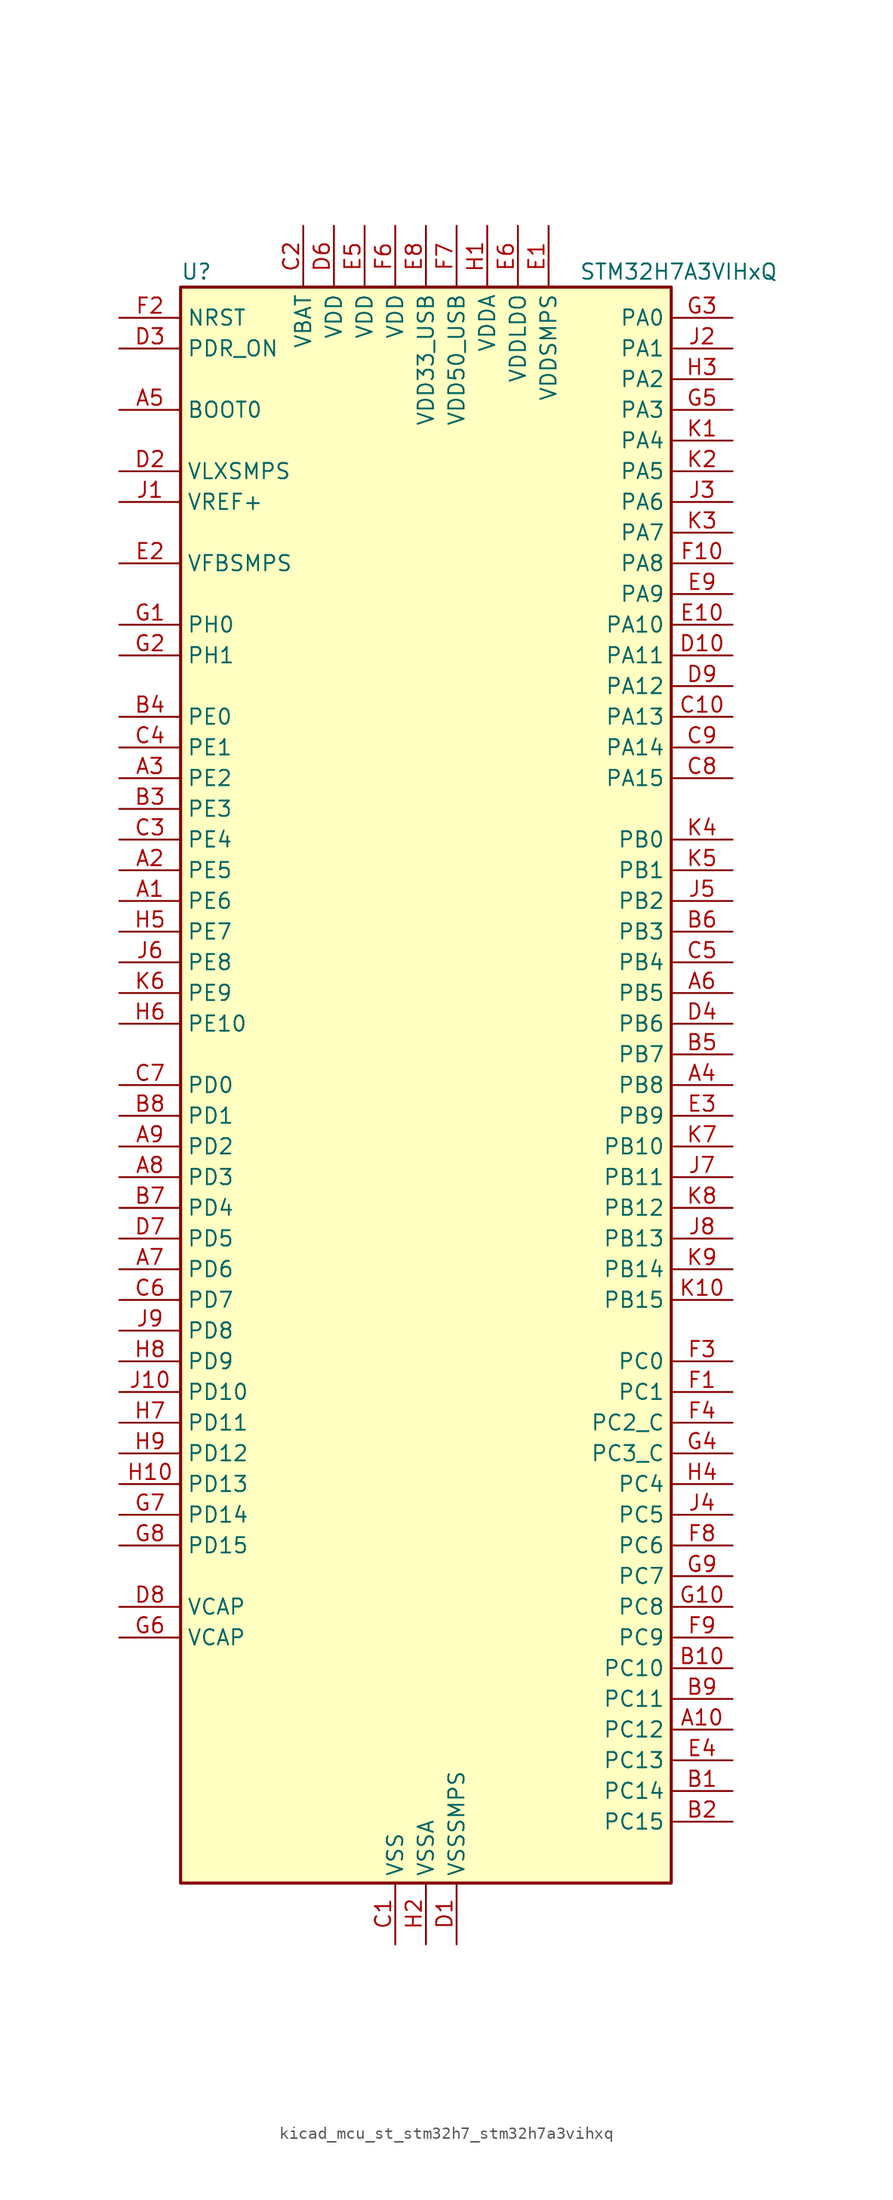
<source format=kicad_sym>
(kicad_symbol_lib
  (version 20220914)
  (generator kicad_symbol_editor)
  (symbol "kicad_mcu_st_stm32h7_stm32h7a3vihxq"
    (property "Reference" "U"
      (at -20.32 67.31 0)
      (effects (font (size 1.27 1.27)) (justify left)))
    (property "Value" "STM32H7A3VIHxQ"
      (at 12.7 67.31 0)
      (effects (font (size 1.27 1.27)) (justify left)))
    (property "ki_locked" ""
      (at 0 0 0)
      (effects (font (size 1.27 1.27))))
    (symbol "kicad_mcu_st_stm32h7_stm32h7a3vihxq_0_1"
      (rectangle (start -20.32 -66.04) (end 20.32 66.04) (stroke (width 0.254) (type default)) (fill (type background))))
    (symbol "kicad_mcu_st_stm32h7_stm32h7a3vihxq_1_1"
      (pin bidirectional line (at -25.4 15.24 0) (length 5.08) (name "PE6" (effects (font (size 1.27 1.27)))) (number "A1" (effects (font (size 1.27 1.27)))) (alternate "DCMI_D7" bidirectional line) (alternate "DEBUG_TRACED3" bidirectional line) (alternate "FMC_A22" bidirectional line) (alternate "LTDC_G1" bidirectional line) (alternate "PSSI_D7" bidirectional line) (alternate "SAI1_D1" bidirectional line) (alternate "SAI1_SD_A" bidirectional line) (alternate "SAI2_MCLK_B" bidirectional line) (alternate "SPI4_MOSI" bidirectional line) (alternate "TIM15_CH2" bidirectional line) (alternate "TIM1_BKIN2" bidirectional line) (alternate "TIM1_BKIN2_COMP1" bidirectional line) (alternate "TIM1_BKIN2_COMP2" bidirectional line))
      (pin bidirectional line (at 25.4 -53.34 180) (length 5.08) (name "PC12" (effects (font (size 1.27 1.27)))) (number "A10" (effects (font (size 1.27 1.27)))) (alternate "DCMI_D9" bidirectional line) (alternate "DEBUG_TRACED3" bidirectional line) (alternate "DFSDM2_CKOUT" bidirectional line) (alternate "I2S3_SDO" bidirectional line) (alternate "I2S6_CK" bidirectional line) (alternate "LTDC_R6" bidirectional line) (alternate "PSSI_D9" bidirectional line) (alternate "SDMMC1_CK" bidirectional line) (alternate "SPI3_MOSI" bidirectional line) (alternate "SPI6_SCK" bidirectional line) (alternate "TIM15_CH1" bidirectional line) (alternate "UART5_TX" bidirectional line) (alternate "USART3_CK" bidirectional line))
      (pin bidirectional line (at -25.4 17.78 0) (length 5.08) (name "PE5" (effects (font (size 1.27 1.27)))) (number "A2" (effects (font (size 1.27 1.27)))) (alternate "DCMI_D6" bidirectional line) (alternate "DEBUG_TRACED2" bidirectional line) (alternate "DFSDM1_CKIN3" bidirectional line) (alternate "FMC_A21" bidirectional line) (alternate "LTDC_G0" bidirectional line) (alternate "PSSI_D6" bidirectional line) (alternate "SAI1_CK2" bidirectional line) (alternate "SAI1_SCK_A" bidirectional line) (alternate "SPI4_MISO" bidirectional line) (alternate "TIM15_CH1" bidirectional line))
      (pin bidirectional line (at -25.4 25.4 0) (length 5.08) (name "PE2" (effects (font (size 1.27 1.27)))) (number "A3" (effects (font (size 1.27 1.27)))) (alternate "DEBUG_TRACECLK" bidirectional line) (alternate "FMC_A23" bidirectional line) (alternate "OCTOSPIM_P1_IO2" bidirectional line) (alternate "SAI1_CK1" bidirectional line) (alternate "SAI1_MCLK_A" bidirectional line) (alternate "SPI4_SCK" bidirectional line) (alternate "USART10_RX" bidirectional line))
      (pin bidirectional line (at 25.4 0 180) (length 5.08) (name "PB8" (effects (font (size 1.27 1.27)))) (number "A4" (effects (font (size 1.27 1.27)))) (alternate "DCMI_D6" bidirectional line) (alternate "DFSDM1_CKIN7" bidirectional line) (alternate "FDCAN1_RX" bidirectional line) (alternate "I2C1_SCL" bidirectional line) (alternate "I2C4_SCL" bidirectional line) (alternate "LTDC_B6" bidirectional line) (alternate "PSSI_D6" bidirectional line) (alternate "SDMMC1_CKIN" bidirectional line) (alternate "SDMMC1_D4" bidirectional line) (alternate "SDMMC2_D4" bidirectional line) (alternate "TIM16_CH1" bidirectional line) (alternate "TIM4_CH3" bidirectional line) (alternate "UART4_RX" bidirectional line))
      (pin input line (at -25.4 55.88 0) (length 5.08) (name "BOOT0" (effects (font (size 1.27 1.27)))) (number "A5" (effects (font (size 1.27 1.27)))))
      (pin bidirectional line (at 25.4 7.62 180) (length 5.08) (name "PB5" (effects (font (size 1.27 1.27)))) (number "A6" (effects (font (size 1.27 1.27)))) (alternate "DCMI_D10" bidirectional line) (alternate "FDCAN2_RX" bidirectional line) (alternate "FMC_SDCKE1" bidirectional line) (alternate "I2C1_SMBA" bidirectional line) (alternate "I2C4_SMBA" bidirectional line) (alternate "I2S1_SDO" bidirectional line) (alternate "I2S3_SDO" bidirectional line) (alternate "I2S6_SDO" bidirectional line) (alternate "LTDC_B5" bidirectional line) (alternate "PSSI_D10" bidirectional line) (alternate "SPI1_MOSI" bidirectional line) (alternate "SPI3_MOSI" bidirectional line) (alternate "SPI6_MOSI" bidirectional line) (alternate "TIM17_BKIN" bidirectional line) (alternate "TIM3_CH2" bidirectional line) (alternate "UART5_RX" bidirectional line) (alternate "USB_OTG_HS_ULPI_D7" bidirectional line))
      (pin bidirectional line (at -25.4 -15.24 0) (length 5.08) (name "PD6" (effects (font (size 1.27 1.27)))) (number "A7" (effects (font (size 1.27 1.27)))) (alternate "DCMI_D10" bidirectional line) (alternate "DFSDM1_CKIN4" bidirectional line) (alternate "DFSDM1_DATIN1" bidirectional line) (alternate "FMC_NWAIT" bidirectional line) (alternate "I2S3_SDO" bidirectional line) (alternate "LTDC_B2" bidirectional line) (alternate "OCTOSPIM_P1_IO6" bidirectional line) (alternate "PSSI_D10" bidirectional line) (alternate "SAI1_D1" bidirectional line) (alternate "SAI1_SD_A" bidirectional line) (alternate "SDMMC2_CK" bidirectional line) (alternate "SPI3_MOSI" bidirectional line) (alternate "USART2_RX" bidirectional line))
      (pin bidirectional line (at -25.4 -7.62 0) (length 5.08) (name "PD3" (effects (font (size 1.27 1.27)))) (number "A8" (effects (font (size 1.27 1.27)))) (alternate "DCMI_D5" bidirectional line) (alternate "DFSDM1_CKOUT" bidirectional line) (alternate "FMC_CLK" bidirectional line) (alternate "I2S2_CK" bidirectional line) (alternate "LTDC_G7" bidirectional line) (alternate "PSSI_D5" bidirectional line) (alternate "SPI2_SCK" bidirectional line) (alternate "USART2_CTS" bidirectional line) (alternate "USART2_NSS" bidirectional line))
      (pin bidirectional line (at -25.4 -5.08 0) (length 5.08) (name "PD2" (effects (font (size 1.27 1.27)))) (number "A9" (effects (font (size 1.27 1.27)))) (alternate "DCMI_D11" bidirectional line) (alternate "DEBUG_TRACED2" bidirectional line) (alternate "LTDC_B2" bidirectional line) (alternate "LTDC_B7" bidirectional line) (alternate "PSSI_D11" bidirectional line) (alternate "SDMMC1_CMD" bidirectional line) (alternate "TIM15_BKIN" bidirectional line) (alternate "TIM3_ETR" bidirectional line) (alternate "UART5_RX" bidirectional line))
      (pin bidirectional line (at 25.4 -58.42 180) (length 5.08) (name "PC14" (effects (font (size 1.27 1.27)))) (number "B1" (effects (font (size 1.27 1.27)))) (alternate "RCC_OSC32_IN" bidirectional line))
      (pin bidirectional line (at 25.4 -48.26 180) (length 5.08) (name "PC10" (effects (font (size 1.27 1.27)))) (number "B10" (effects (font (size 1.27 1.27)))) (alternate "DCMI_D8" bidirectional line) (alternate "DFSDM1_CKIN5" bidirectional line) (alternate "DFSDM2_CKIN0" bidirectional line) (alternate "I2S3_CK" bidirectional line) (alternate "LTDC_B1" bidirectional line) (alternate "LTDC_R2" bidirectional line) (alternate "OCTOSPIM_P1_IO1" bidirectional line) (alternate "PSSI_D8" bidirectional line) (alternate "SDMMC1_D2" bidirectional line) (alternate "SPI3_SCK" bidirectional line) (alternate "SWPMI1_RX" bidirectional line) (alternate "UART4_TX" bidirectional line) (alternate "USART3_TX" bidirectional line))
      (pin bidirectional line (at 25.4 -60.96 180) (length 5.08) (name "PC15" (effects (font (size 1.27 1.27)))) (number "B2" (effects (font (size 1.27 1.27)))) (alternate "ADC1_EXTI15" bidirectional line) (alternate "ADC2_EXTI15" bidirectional line) (alternate "RCC_OSC32_OUT" bidirectional line))
      (pin bidirectional line (at -25.4 22.86 0) (length 5.08) (name "PE3" (effects (font (size 1.27 1.27)))) (number "B3" (effects (font (size 1.27 1.27)))) (alternate "DEBUG_TRACED0" bidirectional line) (alternate "FMC_A19" bidirectional line) (alternate "SAI1_SD_B" bidirectional line) (alternate "TIM15_BKIN" bidirectional line) (alternate "USART10_TX" bidirectional line))
      (pin bidirectional line (at -25.4 30.48 0) (length 5.08) (name "PE0" (effects (font (size 1.27 1.27)))) (number "B4" (effects (font (size 1.27 1.27)))) (alternate "DCMI_D2" bidirectional line) (alternate "FMC_NBL0" bidirectional line) (alternate "LPTIM1_ETR" bidirectional line) (alternate "LPTIM2_ETR" bidirectional line) (alternate "LTDC_R0" bidirectional line) (alternate "PSSI_D2" bidirectional line) (alternate "SAI2_MCLK_A" bidirectional line) (alternate "TIM4_ETR" bidirectional line) (alternate "UART8_RX" bidirectional line))
      (pin bidirectional line (at 25.4 2.54 180) (length 5.08) (name "PB7" (effects (font (size 1.27 1.27)))) (number "B5" (effects (font (size 1.27 1.27)))) (alternate "DCMI_VSYNC" bidirectional line) (alternate "DFSDM1_CKIN5" bidirectional line) (alternate "FMC_NL" bidirectional line) (alternate "I2C1_SDA" bidirectional line) (alternate "I2C4_SDA" bidirectional line) (alternate "LPUART1_RX" bidirectional line) (alternate "PSSI_RDY" bidirectional line) (alternate "PWR_PVD_IN" bidirectional line) (alternate "TIM17_CH1N" bidirectional line) (alternate "TIM4_CH2" bidirectional line) (alternate "USART1_RX" bidirectional line))
      (pin bidirectional line (at 25.4 12.7 180) (length 5.08) (name "PB3" (effects (font (size 1.27 1.27)))) (number "B6" (effects (font (size 1.27 1.27)))) (alternate "CRS_SYNC" bidirectional line) (alternate "DEBUG_JTDO-SWO" bidirectional line) (alternate "I2S1_CK" bidirectional line) (alternate "I2S3_CK" bidirectional line) (alternate "I2S6_CK" bidirectional line) (alternate "SDMMC2_D2" bidirectional line) (alternate "SPI1_SCK" bidirectional line) (alternate "SPI3_SCK" bidirectional line) (alternate "SPI6_SCK" bidirectional line) (alternate "TIM2_CH2" bidirectional line) (alternate "UART7_RX" bidirectional line))
      (pin bidirectional line (at -25.4 -10.16 0) (length 5.08) (name "PD4" (effects (font (size 1.27 1.27)))) (number "B7" (effects (font (size 1.27 1.27)))) (alternate "FMC_NOE" bidirectional line) (alternate "OCTOSPIM_P1_IO4" bidirectional line) (alternate "USART2_DE" bidirectional line) (alternate "USART2_RTS" bidirectional line))
      (pin bidirectional line (at -25.4 -2.54 0) (length 5.08) (name "PD1" (effects (font (size 1.27 1.27)))) (number "B8" (effects (font (size 1.27 1.27)))) (alternate "DFSDM1_DATIN6" bidirectional line) (alternate "FDCAN1_TX" bidirectional line) (alternate "FMC_D3" bidirectional line) (alternate "FMC_DA3" bidirectional line) (alternate "UART4_TX" bidirectional line))
      (pin bidirectional line (at 25.4 -50.8 180) (length 5.08) (name "PC11" (effects (font (size 1.27 1.27)))) (number "B9" (effects (font (size 1.27 1.27)))) (alternate "ADC1_EXTI11" bidirectional line) (alternate "ADC2_EXTI11" bidirectional line) (alternate "DCMI_D4" bidirectional line) (alternate "DFSDM1_DATIN5" bidirectional line) (alternate "DFSDM2_DATIN0" bidirectional line) (alternate "I2S3_SDI" bidirectional line) (alternate "LTDC_B4" bidirectional line) (alternate "OCTOSPIM_P1_NCS" bidirectional line) (alternate "PSSI_D4" bidirectional line) (alternate "SDMMC1_D3" bidirectional line) (alternate "SPI3_MISO" bidirectional line) (alternate "UART4_RX" bidirectional line) (alternate "USART3_RX" bidirectional line))
      (pin power_in line (at -2.54 -71.12 90) (length 5.08) (name "VSS" (effects (font (size 1.27 1.27)))) (number "C1" (effects (font (size 1.27 1.27)))))
      (pin bidirectional line (at 25.4 30.48 180) (length 5.08) (name "PA13" (effects (font (size 1.27 1.27)))) (number "C10" (effects (font (size 1.27 1.27)))) (alternate "DEBUG_JTMS-SWDIO" bidirectional line))
      (pin power_in line (at -10.16 71.12 270) (length 5.08) (name "VBAT" (effects (font (size 1.27 1.27)))) (number "C2" (effects (font (size 1.27 1.27)))))
      (pin bidirectional line (at -25.4 20.32 0) (length 5.08) (name "PE4" (effects (font (size 1.27 1.27)))) (number "C3" (effects (font (size 1.27 1.27)))) (alternate "DCMI_D4" bidirectional line) (alternate "DEBUG_TRACED1" bidirectional line) (alternate "DFSDM1_DATIN3" bidirectional line) (alternate "FMC_A20" bidirectional line) (alternate "LTDC_B0" bidirectional line) (alternate "PSSI_D4" bidirectional line) (alternate "SAI1_D2" bidirectional line) (alternate "SAI1_FS_A" bidirectional line) (alternate "SPI4_NSS" bidirectional line) (alternate "TIM15_CH1N" bidirectional line))
      (pin bidirectional line (at -25.4 27.94 0) (length 5.08) (name "PE1" (effects (font (size 1.27 1.27)))) (number "C4" (effects (font (size 1.27 1.27)))) (alternate "DCMI_D3" bidirectional line) (alternate "FMC_NBL1" bidirectional line) (alternate "LPTIM1_IN2" bidirectional line) (alternate "LTDC_R6" bidirectional line) (alternate "PSSI_D3" bidirectional line) (alternate "UART8_TX" bidirectional line))
      (pin bidirectional line (at 25.4 10.16 180) (length 5.08) (name "PB4" (effects (font (size 1.27 1.27)))) (number "C5" (effects (font (size 1.27 1.27)))) (alternate "DEBUG_JTRST" bidirectional line) (alternate "I2S1_SDI" bidirectional line) (alternate "I2S2_WS" bidirectional line) (alternate "I2S3_SDI" bidirectional line) (alternate "I2S6_SDI" bidirectional line) (alternate "SDMMC2_D3" bidirectional line) (alternate "SPI1_MISO" bidirectional line) (alternate "SPI2_NSS" bidirectional line) (alternate "SPI3_MISO" bidirectional line) (alternate "SPI6_MISO" bidirectional line) (alternate "TIM16_BKIN" bidirectional line) (alternate "TIM3_CH1" bidirectional line) (alternate "UART7_TX" bidirectional line))
      (pin bidirectional line (at -25.4 -17.78 0) (length 5.08) (name "PD7" (effects (font (size 1.27 1.27)))) (number "C6" (effects (font (size 1.27 1.27)))) (alternate "DFSDM1_CKIN1" bidirectional line) (alternate "DFSDM1_DATIN4" bidirectional line) (alternate "FMC_NE1" bidirectional line) (alternate "I2S1_SDO" bidirectional line) (alternate "OCTOSPIM_P1_IO7" bidirectional line) (alternate "SDMMC2_CMD" bidirectional line) (alternate "SPDIFRX_IN0" bidirectional line) (alternate "SPI1_MOSI" bidirectional line) (alternate "USART2_CK" bidirectional line))
      (pin bidirectional line (at -25.4 0 0) (length 5.08) (name "PD0" (effects (font (size 1.27 1.27)))) (number "C7" (effects (font (size 1.27 1.27)))) (alternate "DFSDM1_CKIN6" bidirectional line) (alternate "FDCAN1_RX" bidirectional line) (alternate "FMC_D2" bidirectional line) (alternate "FMC_DA2" bidirectional line) (alternate "LTDC_B1" bidirectional line) (alternate "UART4_RX" bidirectional line) (alternate "UART9_CTS" bidirectional line))
      (pin bidirectional line (at 25.4 25.4 180) (length 5.08) (name "PA15" (effects (font (size 1.27 1.27)))) (number "C8" (effects (font (size 1.27 1.27)))) (alternate "ADC1_EXTI15" bidirectional line) (alternate "ADC2_EXTI15" bidirectional line) (alternate "CEC" bidirectional line) (alternate "DEBUG_JTDI" bidirectional line) (alternate "I2S1_WS" bidirectional line) (alternate "I2S3_WS" bidirectional line) (alternate "I2S6_WS" bidirectional line) (alternate "LTDC_B6" bidirectional line) (alternate "LTDC_R3" bidirectional line) (alternate "SPI1_NSS" bidirectional line) (alternate "SPI3_NSS" bidirectional line) (alternate "SPI6_NSS" bidirectional line) (alternate "TIM2_CH1" bidirectional line) (alternate "TIM2_ETR" bidirectional line) (alternate "UART4_DE" bidirectional line) (alternate "UART4_RTS" bidirectional line) (alternate "UART7_TX" bidirectional line))
      (pin bidirectional line (at 25.4 27.94 180) (length 5.08) (name "PA14" (effects (font (size 1.27 1.27)))) (number "C9" (effects (font (size 1.27 1.27)))) (alternate "DEBUG_JTCK-SWCLK" bidirectional line))
      (pin power_in line (at 2.54 -71.12 90) (length 5.08) (name "VSSSMPS" (effects (font (size 1.27 1.27)))) (number "D1" (effects (font (size 1.27 1.27)))))
      (pin bidirectional line (at 25.4 35.56 180) (length 5.08) (name "PA11" (effects (font (size 1.27 1.27)))) (number "D10" (effects (font (size 1.27 1.27)))) (alternate "ADC1_EXTI11" bidirectional line) (alternate "ADC2_EXTI11" bidirectional line) (alternate "FDCAN1_RX" bidirectional line) (alternate "I2S2_WS" bidirectional line) (alternate "LPUART1_CTS" bidirectional line) (alternate "LTDC_R4" bidirectional line) (alternate "SPI2_NSS" bidirectional line) (alternate "TIM1_CH4" bidirectional line) (alternate "UART4_RX" bidirectional line) (alternate "USART1_CTS" bidirectional line) (alternate "USART1_NSS" bidirectional line) (alternate "USB_OTG_HS_DM" bidirectional line))
      (pin power_in line (at -25.4 50.8 0) (length 5.08) (name "VLXSMPS" (effects (font (size 1.27 1.27)))) (number "D2" (effects (font (size 1.27 1.27)))))
      (pin input line (at -25.4 60.96 0) (length 5.08) (name "PDR_ON" (effects (font (size 1.27 1.27)))) (number "D3" (effects (font (size 1.27 1.27)))))
      (pin bidirectional line (at 25.4 5.08 180) (length 5.08) (name "PB6" (effects (font (size 1.27 1.27)))) (number "D4" (effects (font (size 1.27 1.27)))) (alternate "CEC" bidirectional line) (alternate "DCMI_D5" bidirectional line) (alternate "DFSDM1_DATIN5" bidirectional line) (alternate "FDCAN2_TX" bidirectional line) (alternate "FMC_SDNE1" bidirectional line) (alternate "I2C1_SCL" bidirectional line) (alternate "I2C4_SCL" bidirectional line) (alternate "LPUART1_TX" bidirectional line) (alternate "OCTOSPIM_P1_NCS" bidirectional line) (alternate "PSSI_D5" bidirectional line) (alternate "TIM16_CH1N" bidirectional line) (alternate "TIM4_CH1" bidirectional line) (alternate "UART5_TX" bidirectional line) (alternate "USART1_TX" bidirectional line))
      (pin passive line (at -2.54 -71.12 90) (length 5.08) hide (name "VSS" (effects (font (size 1.27 1.27)))) (number "D5" (effects (font (size 1.27 1.27)))))
      (pin power_in line (at -7.62 71.12 270) (length 5.08) (name "VDD" (effects (font (size 1.27 1.27)))) (number "D6" (effects (font (size 1.27 1.27)))))
      (pin bidirectional line (at -25.4 -12.7 0) (length 5.08) (name "PD5" (effects (font (size 1.27 1.27)))) (number "D7" (effects (font (size 1.27 1.27)))) (alternate "FMC_NWE" bidirectional line) (alternate "OCTOSPIM_P1_IO5" bidirectional line) (alternate "USART2_TX" bidirectional line))
      (pin power_out line (at -25.4 -43.18 0) (length 5.08) (name "VCAP" (effects (font (size 1.27 1.27)))) (number "D8" (effects (font (size 1.27 1.27)))))
      (pin bidirectional line (at 25.4 33.02 180) (length 5.08) (name "PA12" (effects (font (size 1.27 1.27)))) (number "D9" (effects (font (size 1.27 1.27)))) (alternate "FDCAN1_TX" bidirectional line) (alternate "I2S2_CK" bidirectional line) (alternate "LPUART1_DE" bidirectional line) (alternate "LPUART1_RTS" bidirectional line) (alternate "LTDC_R5" bidirectional line) (alternate "SAI2_FS_B" bidirectional line) (alternate "SPI2_SCK" bidirectional line) (alternate "TIM1_ETR" bidirectional line) (alternate "UART4_TX" bidirectional line) (alternate "USART1_DE" bidirectional line) (alternate "USART1_RTS" bidirectional line) (alternate "USB_OTG_HS_DP" bidirectional line))
      (pin power_in line (at 10.16 71.12 270) (length 5.08) (name "VDDSMPS" (effects (font (size 1.27 1.27)))) (number "E1" (effects (font (size 1.27 1.27)))))
      (pin bidirectional line (at 25.4 38.1 180) (length 5.08) (name "PA10" (effects (font (size 1.27 1.27)))) (number "E10" (effects (font (size 1.27 1.27)))) (alternate "DCMI_D1" bidirectional line) (alternate "LPUART1_RX" bidirectional line) (alternate "LTDC_B1" bidirectional line) (alternate "LTDC_B4" bidirectional line) (alternate "MDIOS_MDIO" bidirectional line) (alternate "PSSI_D1" bidirectional line) (alternate "TIM1_CH3" bidirectional line) (alternate "USART1_RX" bidirectional line) (alternate "USB_OTG_HS_ID" bidirectional line))
      (pin input line (at -25.4 43.18 0) (length 5.08) (name "VFBSMPS" (effects (font (size 1.27 1.27)))) (number "E2" (effects (font (size 1.27 1.27)))))
      (pin bidirectional line (at 25.4 -2.54 180) (length 5.08) (name "PB9" (effects (font (size 1.27 1.27)))) (number "E3" (effects (font (size 1.27 1.27)))) (alternate "DAC1_EXTI9" bidirectional line) (alternate "DCMI_D7" bidirectional line) (alternate "DFSDM1_DATIN7" bidirectional line) (alternate "FDCAN1_TX" bidirectional line) (alternate "I2C1_SDA" bidirectional line) (alternate "I2C4_SDA" bidirectional line) (alternate "I2C4_SMBA" bidirectional line) (alternate "I2S2_WS" bidirectional line) (alternate "LTDC_B7" bidirectional line) (alternate "PSSI_D7" bidirectional line) (alternate "SDMMC1_CDIR" bidirectional line) (alternate "SDMMC1_D5" bidirectional line) (alternate "SDMMC2_D5" bidirectional line) (alternate "SPI2_NSS" bidirectional line) (alternate "TIM17_CH1" bidirectional line) (alternate "TIM4_CH4" bidirectional line) (alternate "UART4_TX" bidirectional line))
      (pin bidirectional line (at 25.4 -55.88 180) (length 5.08) (name "PC13" (effects (font (size 1.27 1.27)))) (number "E4" (effects (font (size 1.27 1.27)))) (alternate "PWR_WKUP4" bidirectional line) (alternate "RTC_OUT_ALARM" bidirectional line) (alternate "RTC_OUT_CALIB" bidirectional line) (alternate "RTC_TAMP1" bidirectional line) (alternate "RTC_TS" bidirectional line))
      (pin power_in line (at -5.08 71.12 270) (length 5.08) (name "VDD" (effects (font (size 1.27 1.27)))) (number "E5" (effects (font (size 1.27 1.27)))))
      (pin power_in line (at 7.62 71.12 270) (length 5.08) (name "VDDLDO" (effects (font (size 1.27 1.27)))) (number "E6" (effects (font (size 1.27 1.27)))))
      (pin passive line (at -2.54 -71.12 90) (length 5.08) hide (name "VSS" (effects (font (size 1.27 1.27)))) (number "E7" (effects (font (size 1.27 1.27)))))
      (pin power_in line (at 0 71.12 270) (length 5.08) (name "VDD33_USB" (effects (font (size 1.27 1.27)))) (number "E8" (effects (font (size 1.27 1.27)))))
      (pin bidirectional line (at 25.4 40.64 180) (length 5.08) (name "PA9" (effects (font (size 1.27 1.27)))) (number "E9" (effects (font (size 1.27 1.27)))) (alternate "DAC1_EXTI9" bidirectional line) (alternate "DCMI_D0" bidirectional line) (alternate "I2C3_SMBA" bidirectional line) (alternate "I2S2_CK" bidirectional line) (alternate "LPUART1_TX" bidirectional line) (alternate "LTDC_R5" bidirectional line) (alternate "PSSI_D0" bidirectional line) (alternate "SPI2_SCK" bidirectional line) (alternate "TIM1_CH2" bidirectional line) (alternate "USART1_TX" bidirectional line) (alternate "USB_OTG_HS_VBUS" bidirectional line))
      (pin bidirectional line (at 25.4 -25.4 180) (length 5.08) (name "PC1" (effects (font (size 1.27 1.27)))) (number "F1" (effects (font (size 1.27 1.27)))) (alternate "ADC1_INN10" bidirectional line) (alternate "ADC1_INP11" bidirectional line) (alternate "ADC2_INN10" bidirectional line) (alternate "ADC2_INP11" bidirectional line) (alternate "DEBUG_TRACED0" bidirectional line) (alternate "DFSDM1_CKIN4" bidirectional line) (alternate "DFSDM1_DATIN0" bidirectional line) (alternate "I2S2_SDO" bidirectional line) (alternate "LTDC_G5" bidirectional line) (alternate "MDIOS_MDC" bidirectional line) (alternate "OCTOSPIM_P1_IO4" bidirectional line) (alternate "PWR_WKUP6" bidirectional line) (alternate "RTC_TAMP3" bidirectional line) (alternate "SAI1_D1" bidirectional line) (alternate "SAI1_SD_A" bidirectional line) (alternate "SDMMC2_CK" bidirectional line) (alternate "SPI2_MOSI" bidirectional line))
      (pin bidirectional line (at 25.4 43.18 180) (length 5.08) (name "PA8" (effects (font (size 1.27 1.27)))) (number "F10" (effects (font (size 1.27 1.27)))) (alternate "I2C3_SCL" bidirectional line) (alternate "LTDC_B3" bidirectional line) (alternate "LTDC_R6" bidirectional line) (alternate "RCC_MCO_1" bidirectional line) (alternate "TIM1_CH1" bidirectional line) (alternate "TIM8_BKIN2" bidirectional line) (alternate "TIM8_BKIN2_COMP1" bidirectional line) (alternate "TIM8_BKIN2_COMP2" bidirectional line) (alternate "UART7_RX" bidirectional line) (alternate "USART1_CK" bidirectional line) (alternate "USB_OTG_HS_SOF" bidirectional line))
      (pin input line (at -25.4 63.5 0) (length 5.08) (name "NRST" (effects (font (size 1.27 1.27)))) (number "F2" (effects (font (size 1.27 1.27)))))
      (pin bidirectional line (at 25.4 -22.86 180) (length 5.08) (name "PC0" (effects (font (size 1.27 1.27)))) (number "F3" (effects (font (size 1.27 1.27)))) (alternate "ADC1_INP10" bidirectional line) (alternate "ADC2_INP10" bidirectional line) (alternate "DFSDM1_CKIN0" bidirectional line) (alternate "DFSDM1_DATIN4" bidirectional line) (alternate "FMC_A25" bidirectional line) (alternate "FMC_SDNWE" bidirectional line) (alternate "LTDC_G2" bidirectional line) (alternate "LTDC_R5" bidirectional line) (alternate "SAI2_FS_B" bidirectional line) (alternate "USB_OTG_HS_ULPI_STP" bidirectional line))
      (pin bidirectional line (at 25.4 -27.94 180) (length 5.08) (name "PC2_C" (effects (font (size 1.27 1.27)))) (number "F4" (effects (font (size 1.27 1.27)))) (alternate "ADC2_INN1" bidirectional line) (alternate "ADC2_INP0" bidirectional line) (alternate "DFSDM1_CKIN1" bidirectional line) (alternate "DFSDM1_CKOUT" bidirectional line) (alternate "FMC_SDNE0" bidirectional line) (alternate "I2S2_SDI" bidirectional line) (alternate "OCTOSPIM_P1_IO2" bidirectional line) (alternate "OCTOSPIM_P1_IO5" bidirectional line) (alternate "PWR_CSTOP" bidirectional line) (alternate "SPI2_MISO" bidirectional line) (alternate "USB_OTG_HS_ULPI_DIR" bidirectional line))
      (pin passive line (at -2.54 -71.12 90) (length 5.08) hide (name "VSS" (effects (font (size 1.27 1.27)))) (number "F5" (effects (font (size 1.27 1.27)))))
      (pin power_in line (at -2.54 71.12 270) (length 5.08) (name "VDD" (effects (font (size 1.27 1.27)))) (number "F6" (effects (font (size 1.27 1.27)))))
      (pin power_in line (at 2.54 71.12 270) (length 5.08) (name "VDD50_USB" (effects (font (size 1.27 1.27)))) (number "F7" (effects (font (size 1.27 1.27)))))
      (pin bidirectional line (at 25.4 -38.1 180) (length 5.08) (name "PC6" (effects (font (size 1.27 1.27)))) (number "F8" (effects (font (size 1.27 1.27)))) (alternate "DCMI_D0" bidirectional line) (alternate "DFSDM1_CKIN3" bidirectional line) (alternate "FMC_NWAIT" bidirectional line) (alternate "I2S2_MCK" bidirectional line) (alternate "LTDC_HSYNC" bidirectional line) (alternate "PSSI_D0" bidirectional line) (alternate "SDMMC1_D0DIR" bidirectional line) (alternate "SDMMC1_D6" bidirectional line) (alternate "SDMMC2_D6" bidirectional line) (alternate "SWPMI1_IO" bidirectional line) (alternate "TIM3_CH1" bidirectional line) (alternate "TIM8_CH1" bidirectional line) (alternate "USART6_TX" bidirectional line))
      (pin bidirectional line (at 25.4 -45.72 180) (length 5.08) (name "PC9" (effects (font (size 1.27 1.27)))) (number "F9" (effects (font (size 1.27 1.27)))) (alternate "DAC1_EXTI9" bidirectional line) (alternate "DCMI_D3" bidirectional line) (alternate "I2C3_SDA" bidirectional line) (alternate "I2S_CKIN" bidirectional line) (alternate "LTDC_B2" bidirectional line) (alternate "LTDC_G3" bidirectional line) (alternate "OCTOSPIM_P1_IO0" bidirectional line) (alternate "PSSI_D3" bidirectional line) (alternate "RCC_MCO_2" bidirectional line) (alternate "SDMMC1_D1" bidirectional line) (alternate "SWPMI1_SUSPEND" bidirectional line) (alternate "TIM3_CH4" bidirectional line) (alternate "TIM8_CH4" bidirectional line) (alternate "UART5_CTS" bidirectional line))
      (pin bidirectional line (at -25.4 38.1 0) (length 5.08) (name "PH0" (effects (font (size 1.27 1.27)))) (number "G1" (effects (font (size 1.27 1.27)))) (alternate "RCC_OSC_IN" bidirectional line))
      (pin bidirectional line (at 25.4 -43.18 180) (length 5.08) (name "PC8" (effects (font (size 1.27 1.27)))) (number "G10" (effects (font (size 1.27 1.27)))) (alternate "DCMI_D2" bidirectional line) (alternate "DEBUG_TRACED1" bidirectional line) (alternate "FMC_INT" bidirectional line) (alternate "FMC_NCE" bidirectional line) (alternate "FMC_NE2" bidirectional line) (alternate "PSSI_D2" bidirectional line) (alternate "SDMMC1_D0" bidirectional line) (alternate "SWPMI1_RX" bidirectional line) (alternate "TIM3_CH3" bidirectional line) (alternate "TIM8_CH3" bidirectional line) (alternate "UART5_DE" bidirectional line) (alternate "UART5_RTS" bidirectional line) (alternate "USART6_CK" bidirectional line))
      (pin bidirectional line (at -25.4 35.56 0) (length 5.08) (name "PH1" (effects (font (size 1.27 1.27)))) (number "G2" (effects (font (size 1.27 1.27)))) (alternate "RCC_OSC_OUT" bidirectional line))
      (pin bidirectional line (at 25.4 63.5 180) (length 5.08) (name "PA0" (effects (font (size 1.27 1.27)))) (number "G3" (effects (font (size 1.27 1.27)))) (alternate "ADC1_INP16" bidirectional line) (alternate "I2S6_WS" bidirectional line) (alternate "PWR_WKUP1" bidirectional line) (alternate "SAI2_SD_B" bidirectional line) (alternate "SDMMC2_CMD" bidirectional line) (alternate "SPI6_NSS" bidirectional line) (alternate "TIM15_BKIN" bidirectional line) (alternate "TIM2_CH1" bidirectional line) (alternate "TIM2_ETR" bidirectional line) (alternate "TIM5_CH1" bidirectional line) (alternate "TIM8_ETR" bidirectional line) (alternate "UART4_TX" bidirectional line) (alternate "USART2_CTS" bidirectional line) (alternate "USART2_NSS" bidirectional line))
      (pin bidirectional line (at 25.4 -30.48 180) (length 5.08) (name "PC3_C" (effects (font (size 1.27 1.27)))) (number "G4" (effects (font (size 1.27 1.27)))) (alternate "ADC2_INP1" bidirectional line) (alternate "DFSDM1_DATIN1" bidirectional line) (alternate "FMC_SDCKE0" bidirectional line) (alternate "I2S2_SDO" bidirectional line) (alternate "OCTOSPIM_P1_IO0" bidirectional line) (alternate "OCTOSPIM_P1_IO6" bidirectional line) (alternate "PWR_CSLEEP" bidirectional line) (alternate "SPI2_MOSI" bidirectional line) (alternate "USB_OTG_HS_ULPI_NXT" bidirectional line))
      (pin bidirectional line (at 25.4 55.88 180) (length 5.08) (name "PA3" (effects (font (size 1.27 1.27)))) (number "G5" (effects (font (size 1.27 1.27)))) (alternate "ADC1_INP15" bidirectional line) (alternate "I2S6_MCK" bidirectional line) (alternate "LTDC_B2" bidirectional line) (alternate "LTDC_B5" bidirectional line) (alternate "OCTOSPIM_P1_CLK" bidirectional line) (alternate "TIM15_CH2" bidirectional line) (alternate "TIM2_CH4" bidirectional line) (alternate "TIM5_CH4" bidirectional line) (alternate "USART2_RX" bidirectional line) (alternate "USB_OTG_HS_ULPI_D0" bidirectional line))
      (pin power_out line (at -25.4 -45.72 0) (length 5.08) (name "VCAP" (effects (font (size 1.27 1.27)))) (number "G6" (effects (font (size 1.27 1.27)))))
      (pin bidirectional line (at -25.4 -35.56 0) (length 5.08) (name "PD14" (effects (font (size 1.27 1.27)))) (number "G7" (effects (font (size 1.27 1.27)))) (alternate "FMC_D0" bidirectional line) (alternate "FMC_DA0" bidirectional line) (alternate "TIM4_CH3" bidirectional line) (alternate "UART8_CTS" bidirectional line) (alternate "UART9_RX" bidirectional line))
      (pin bidirectional line (at -25.4 -38.1 0) (length 5.08) (name "PD15" (effects (font (size 1.27 1.27)))) (number "G8" (effects (font (size 1.27 1.27)))) (alternate "ADC1_EXTI15" bidirectional line) (alternate "ADC2_EXTI15" bidirectional line) (alternate "FMC_D1" bidirectional line) (alternate "FMC_DA1" bidirectional line) (alternate "TIM4_CH4" bidirectional line) (alternate "UART8_DE" bidirectional line) (alternate "UART8_RTS" bidirectional line) (alternate "UART9_TX" bidirectional line))
      (pin bidirectional line (at 25.4 -40.64 180) (length 5.08) (name "PC7" (effects (font (size 1.27 1.27)))) (number "G9" (effects (font (size 1.27 1.27)))) (alternate "DCMI_D1" bidirectional line) (alternate "DEBUG_TRGIO" bidirectional line) (alternate "DFSDM1_DATIN3" bidirectional line) (alternate "FMC_NE1" bidirectional line) (alternate "I2S3_MCK" bidirectional line) (alternate "LTDC_G6" bidirectional line) (alternate "PSSI_D1" bidirectional line) (alternate "SDMMC1_D123DIR" bidirectional line) (alternate "SDMMC1_D7" bidirectional line) (alternate "SDMMC2_D7" bidirectional line) (alternate "SWPMI1_TX" bidirectional line) (alternate "TIM3_CH2" bidirectional line) (alternate "TIM8_CH2" bidirectional line) (alternate "USART6_RX" bidirectional line))
      (pin power_in line (at 5.08 71.12 270) (length 5.08) (name "VDDA" (effects (font (size 1.27 1.27)))) (number "H1" (effects (font (size 1.27 1.27)))))
      (pin bidirectional line (at -25.4 -33.02 0) (length 5.08) (name "PD13" (effects (font (size 1.27 1.27)))) (number "H10" (effects (font (size 1.27 1.27)))) (alternate "DCMI_D13" bidirectional line) (alternate "FMC_A18" bidirectional line) (alternate "I2C4_SDA" bidirectional line) (alternate "LPTIM1_OUT" bidirectional line) (alternate "OCTOSPIM_P1_IO3" bidirectional line) (alternate "PSSI_D13" bidirectional line) (alternate "SAI2_SCK_A" bidirectional line) (alternate "TIM4_CH2" bidirectional line) (alternate "UART9_DE" bidirectional line) (alternate "UART9_RTS" bidirectional line))
      (pin power_in line (at 0 -71.12 90) (length 5.08) (name "VSSA" (effects (font (size 1.27 1.27)))) (number "H2" (effects (font (size 1.27 1.27)))))
      (pin bidirectional line (at 25.4 58.42 180) (length 5.08) (name "PA2" (effects (font (size 1.27 1.27)))) (number "H3" (effects (font (size 1.27 1.27)))) (alternate "ADC1_INP14" bidirectional line) (alternate "DFSDM2_CKIN1" bidirectional line) (alternate "LTDC_R1" bidirectional line) (alternate "MDIOS_MDIO" bidirectional line) (alternate "PWR_WKUP2" bidirectional line) (alternate "SAI2_SCK_B" bidirectional line) (alternate "TIM15_CH1" bidirectional line) (alternate "TIM2_CH3" bidirectional line) (alternate "TIM5_CH3" bidirectional line) (alternate "USART2_TX" bidirectional line))
      (pin bidirectional line (at 25.4 -33.02 180) (length 5.08) (name "PC4" (effects (font (size 1.27 1.27)))) (number "H4" (effects (font (size 1.27 1.27)))) (alternate "ADC1_INP4" bidirectional line) (alternate "ADC2_INP4" bidirectional line) (alternate "COMP1_INM" bidirectional line) (alternate "DFSDM1_CKIN2" bidirectional line) (alternate "FMC_SDNE0" bidirectional line) (alternate "I2S1_MCK" bidirectional line) (alternate "LTDC_R7" bidirectional line) (alternate "OPAMP1_VOUT" bidirectional line) (alternate "SPDIFRX_IN2" bidirectional line))
      (pin bidirectional line (at -25.4 12.7 0) (length 5.08) (name "PE7" (effects (font (size 1.27 1.27)))) (number "H5" (effects (font (size 1.27 1.27)))) (alternate "COMP2_INM" bidirectional line) (alternate "DFSDM1_DATIN2" bidirectional line) (alternate "FMC_D4" bidirectional line) (alternate "FMC_DA4" bidirectional line) (alternate "OCTOSPIM_P1_IO4" bidirectional line) (alternate "OPAMP2_VOUT" bidirectional line) (alternate "TIM1_ETR" bidirectional line) (alternate "UART7_RX" bidirectional line))
      (pin bidirectional line (at -25.4 5.08 0) (length 5.08) (name "PE10" (effects (font (size 1.27 1.27)))) (number "H6" (effects (font (size 1.27 1.27)))) (alternate "COMP2_INM" bidirectional line) (alternate "DFSDM1_DATIN4" bidirectional line) (alternate "FMC_D7" bidirectional line) (alternate "FMC_DA7" bidirectional line) (alternate "OCTOSPIM_P1_IO7" bidirectional line) (alternate "TIM1_CH2N" bidirectional line) (alternate "UART7_CTS" bidirectional line))
      (pin bidirectional line (at -25.4 -27.94 0) (length 5.08) (name "PD11" (effects (font (size 1.27 1.27)))) (number "H7" (effects (font (size 1.27 1.27)))) (alternate "ADC1_EXTI11" bidirectional line) (alternate "ADC2_EXTI11" bidirectional line) (alternate "FMC_A16" bidirectional line) (alternate "FMC_CLE" bidirectional line) (alternate "I2C4_SMBA" bidirectional line) (alternate "LPTIM2_IN2" bidirectional line) (alternate "OCTOSPIM_P1_IO0" bidirectional line) (alternate "SAI2_SD_A" bidirectional line) (alternate "USART3_CTS" bidirectional line) (alternate "USART3_NSS" bidirectional line))
      (pin bidirectional line (at -25.4 -22.86 0) (length 5.08) (name "PD9" (effects (font (size 1.27 1.27)))) (number "H8" (effects (font (size 1.27 1.27)))) (alternate "DAC1_EXTI9" bidirectional line) (alternate "DFSDM1_DATIN3" bidirectional line) (alternate "FMC_D14" bidirectional line) (alternate "FMC_DA14" bidirectional line) (alternate "USART3_RX" bidirectional line))
      (pin bidirectional line (at -25.4 -30.48 0) (length 5.08) (name "PD12" (effects (font (size 1.27 1.27)))) (number "H9" (effects (font (size 1.27 1.27)))) (alternate "DCMI_D12" bidirectional line) (alternate "FMC_A17" bidirectional line) (alternate "FMC_ALE" bidirectional line) (alternate "I2C4_SCL" bidirectional line) (alternate "LPTIM1_IN1" bidirectional line) (alternate "LPTIM2_IN1" bidirectional line) (alternate "OCTOSPIM_P1_IO1" bidirectional line) (alternate "PSSI_D12" bidirectional line) (alternate "SAI2_FS_A" bidirectional line) (alternate "TIM4_CH1" bidirectional line) (alternate "USART3_DE" bidirectional line) (alternate "USART3_RTS" bidirectional line))
      (pin input line (at -25.4 48.26 0) (length 5.08) (name "VREF+" (effects (font (size 1.27 1.27)))) (number "J1" (effects (font (size 1.27 1.27)))) (alternate "VREFBUF_OUT" bidirectional line))
      (pin bidirectional line (at -25.4 -25.4 0) (length 5.08) (name "PD10" (effects (font (size 1.27 1.27)))) (number "J10" (effects (font (size 1.27 1.27)))) (alternate "DFSDM1_CKOUT" bidirectional line) (alternate "DFSDM2_CKOUT" bidirectional line) (alternate "FMC_D15" bidirectional line) (alternate "FMC_DA15" bidirectional line) (alternate "LTDC_B3" bidirectional line) (alternate "USART3_CK" bidirectional line))
      (pin bidirectional line (at 25.4 60.96 180) (length 5.08) (name "PA1" (effects (font (size 1.27 1.27)))) (number "J2" (effects (font (size 1.27 1.27)))) (alternate "ADC1_INN16" bidirectional line) (alternate "ADC1_INP17" bidirectional line) (alternate "LPTIM3_OUT" bidirectional line) (alternate "LTDC_R2" bidirectional line) (alternate "OCTOSPIM_P1_DQS" bidirectional line) (alternate "OCTOSPIM_P1_IO3" bidirectional line) (alternate "SAI2_MCLK_B" bidirectional line) (alternate "TIM15_CH1N" bidirectional line) (alternate "TIM2_CH2" bidirectional line) (alternate "TIM5_CH2" bidirectional line) (alternate "UART4_RX" bidirectional line) (alternate "USART2_DE" bidirectional line) (alternate "USART2_RTS" bidirectional line))
      (pin bidirectional line (at 25.4 48.26 180) (length 5.08) (name "PA6" (effects (font (size 1.27 1.27)))) (number "J3" (effects (font (size 1.27 1.27)))) (alternate "ADC1_INP3" bidirectional line) (alternate "ADC2_INP3" bidirectional line) (alternate "DAC2_OUT1" bidirectional line) (alternate "DCMI_PIXCLK" bidirectional line) (alternate "I2S1_SDI" bidirectional line) (alternate "I2S6_SDI" bidirectional line) (alternate "LTDC_G2" bidirectional line) (alternate "MDIOS_MDC" bidirectional line) (alternate "OCTOSPIM_P1_IO3" bidirectional line) (alternate "PSSI_PDCK" bidirectional line) (alternate "SPI1_MISO" bidirectional line) (alternate "SPI6_MISO" bidirectional line) (alternate "TIM13_CH1" bidirectional line) (alternate "TIM1_BKIN" bidirectional line) (alternate "TIM1_BKIN_COMP1" bidirectional line) (alternate "TIM1_BKIN_COMP2" bidirectional line) (alternate "TIM3_CH1" bidirectional line) (alternate "TIM8_BKIN" bidirectional line) (alternate "TIM8_BKIN_COMP1" bidirectional line) (alternate "TIM8_BKIN_COMP2" bidirectional line))
      (pin bidirectional line (at 25.4 -35.56 180) (length 5.08) (name "PC5" (effects (font (size 1.27 1.27)))) (number "J4" (effects (font (size 1.27 1.27)))) (alternate "ADC1_INN4" bidirectional line) (alternate "ADC1_INP8" bidirectional line) (alternate "ADC2_INN4" bidirectional line) (alternate "ADC2_INP8" bidirectional line) (alternate "COMP1_OUT" bidirectional line) (alternate "DFSDM1_DATIN2" bidirectional line) (alternate "FMC_SDCKE0" bidirectional line) (alternate "LTDC_DE" bidirectional line) (alternate "OCTOSPIM_P1_DQS" bidirectional line) (alternate "OPAMP1_VINM" bidirectional line) (alternate "PSSI_D15" bidirectional line) (alternate "SAI1_D3" bidirectional line) (alternate "SPDIFRX_IN3" bidirectional line))
      (pin bidirectional line (at 25.4 15.24 180) (length 5.08) (name "PB2" (effects (font (size 1.27 1.27)))) (number "J5" (effects (font (size 1.27 1.27)))) (alternate "COMP1_INP" bidirectional line) (alternate "DFSDM1_CKIN1" bidirectional line) (alternate "I2S3_SDO" bidirectional line) (alternate "OCTOSPIM_P1_CLK" bidirectional line) (alternate "OCTOSPIM_P1_DQS" bidirectional line) (alternate "RTC_OUT_ALARM" bidirectional line) (alternate "RTC_OUT_CALIB" bidirectional line) (alternate "SAI1_D1" bidirectional line) (alternate "SAI1_SD_A" bidirectional line) (alternate "SPI3_MOSI" bidirectional line))
      (pin bidirectional line (at -25.4 10.16 0) (length 5.08) (name "PE8" (effects (font (size 1.27 1.27)))) (number "J6" (effects (font (size 1.27 1.27)))) (alternate "COMP2_OUT" bidirectional line) (alternate "DFSDM1_CKIN2" bidirectional line) (alternate "FMC_D5" bidirectional line) (alternate "FMC_DA5" bidirectional line) (alternate "OCTOSPIM_P1_IO5" bidirectional line) (alternate "OPAMP2_VINM" bidirectional line) (alternate "TIM1_CH1N" bidirectional line) (alternate "UART7_TX" bidirectional line))
      (pin bidirectional line (at 25.4 -7.62 180) (length 5.08) (name "PB11" (effects (font (size 1.27 1.27)))) (number "J7" (effects (font (size 1.27 1.27)))) (alternate "ADC1_EXTI11" bidirectional line) (alternate "ADC2_EXTI11" bidirectional line) (alternate "DFSDM1_CKIN7" bidirectional line) (alternate "I2C2_SDA" bidirectional line) (alternate "LPTIM2_ETR" bidirectional line) (alternate "LTDC_G5" bidirectional line) (alternate "TIM2_CH4" bidirectional line) (alternate "USART3_RX" bidirectional line) (alternate "USB_OTG_HS_ULPI_D4" bidirectional line))
      (pin bidirectional line (at 25.4 -12.7 180) (length 5.08) (name "PB13" (effects (font (size 1.27 1.27)))) (number "J8" (effects (font (size 1.27 1.27)))) (alternate "DCMI_D2" bidirectional line) (alternate "DFSDM1_CKIN1" bidirectional line) (alternate "DFSDM2_CKIN1" bidirectional line) (alternate "FDCAN2_TX" bidirectional line) (alternate "I2S2_CK" bidirectional line) (alternate "LPTIM2_OUT" bidirectional line) (alternate "PSSI_D2" bidirectional line) (alternate "SDMMC1_D0" bidirectional line) (alternate "SPI2_SCK" bidirectional line) (alternate "TIM1_CH1N" bidirectional line) (alternate "UART5_TX" bidirectional line) (alternate "USART3_CTS" bidirectional line) (alternate "USART3_NSS" bidirectional line) (alternate "USB_OTG_HS_ULPI_D6" bidirectional line))
      (pin bidirectional line (at -25.4 -20.32 0) (length 5.08) (name "PD8" (effects (font (size 1.27 1.27)))) (number "J9" (effects (font (size 1.27 1.27)))) (alternate "DFSDM1_CKIN3" bidirectional line) (alternate "FMC_D13" bidirectional line) (alternate "FMC_DA13" bidirectional line) (alternate "SPDIFRX_IN1" bidirectional line) (alternate "USART3_TX" bidirectional line))
      (pin bidirectional line (at 25.4 53.34 180) (length 5.08) (name "PA4" (effects (font (size 1.27 1.27)))) (number "K1" (effects (font (size 1.27 1.27)))) (alternate "ADC1_INP18" bidirectional line) (alternate "DAC1_OUT1" bidirectional line) (alternate "DCMI_HSYNC" bidirectional line) (alternate "I2S1_WS" bidirectional line) (alternate "I2S3_WS" bidirectional line) (alternate "I2S6_WS" bidirectional line) (alternate "LTDC_VSYNC" bidirectional line) (alternate "PSSI_DE" bidirectional line) (alternate "SPI1_NSS" bidirectional line) (alternate "SPI3_NSS" bidirectional line) (alternate "SPI6_NSS" bidirectional line) (alternate "TIM5_ETR" bidirectional line) (alternate "USART2_CK" bidirectional line))
      (pin bidirectional line (at 25.4 -17.78 180) (length 5.08) (name "PB15" (effects (font (size 1.27 1.27)))) (number "K10" (effects (font (size 1.27 1.27)))) (alternate "ADC1_EXTI15" bidirectional line) (alternate "ADC2_EXTI15" bidirectional line) (alternate "DFSDM1_CKIN2" bidirectional line) (alternate "I2S2_SDO" bidirectional line) (alternate "LTDC_G7" bidirectional line) (alternate "RTC_REFIN" bidirectional line) (alternate "SDMMC2_D1" bidirectional line) (alternate "SPI2_MOSI" bidirectional line) (alternate "TIM12_CH2" bidirectional line) (alternate "TIM1_CH3N" bidirectional line) (alternate "TIM8_CH3N" bidirectional line) (alternate "UART4_CTS" bidirectional line) (alternate "USART1_RX" bidirectional line))
      (pin bidirectional line (at 25.4 50.8 180) (length 5.08) (name "PA5" (effects (font (size 1.27 1.27)))) (number "K2" (effects (font (size 1.27 1.27)))) (alternate "ADC1_INN18" bidirectional line) (alternate "ADC1_INP19" bidirectional line) (alternate "DAC1_OUT2" bidirectional line) (alternate "I2S1_CK" bidirectional line) (alternate "I2S6_CK" bidirectional line) (alternate "LTDC_R4" bidirectional line) (alternate "PSSI_D14" bidirectional line) (alternate "PWR_NDSTOP2" bidirectional line) (alternate "SPI1_SCK" bidirectional line) (alternate "SPI6_SCK" bidirectional line) (alternate "TIM2_CH1" bidirectional line) (alternate "TIM2_ETR" bidirectional line) (alternate "TIM8_CH1N" bidirectional line) (alternate "USB_OTG_HS_ULPI_CK" bidirectional line))
      (pin bidirectional line (at 25.4 45.72 180) (length 5.08) (name "PA7" (effects (font (size 1.27 1.27)))) (number "K3" (effects (font (size 1.27 1.27)))) (alternate "ADC1_INN3" bidirectional line) (alternate "ADC1_INP7" bidirectional line) (alternate "ADC2_INN3" bidirectional line) (alternate "ADC2_INP7" bidirectional line) (alternate "DFSDM2_DATIN1" bidirectional line) (alternate "FMC_SDNWE" bidirectional line) (alternate "I2S1_SDO" bidirectional line) (alternate "I2S6_SDO" bidirectional line) (alternate "LTDC_VSYNC" bidirectional line) (alternate "OCTOSPIM_P1_IO2" bidirectional line) (alternate "OPAMP1_VINM" bidirectional line) (alternate "SPI1_MOSI" bidirectional line) (alternate "SPI6_MOSI" bidirectional line) (alternate "TIM14_CH1" bidirectional line) (alternate "TIM1_CH1N" bidirectional line) (alternate "TIM3_CH2" bidirectional line) (alternate "TIM8_CH1N" bidirectional line))
      (pin bidirectional line (at 25.4 20.32 180) (length 5.08) (name "PB0" (effects (font (size 1.27 1.27)))) (number "K4" (effects (font (size 1.27 1.27)))) (alternate "ADC1_INN5" bidirectional line) (alternate "ADC1_INP9" bidirectional line) (alternate "ADC2_INN5" bidirectional line) (alternate "ADC2_INP9" bidirectional line) (alternate "COMP1_INP" bidirectional line) (alternate "DFSDM1_CKOUT" bidirectional line) (alternate "DFSDM2_CKOUT" bidirectional line) (alternate "LTDC_G1" bidirectional line) (alternate "LTDC_R3" bidirectional line) (alternate "OCTOSPIM_P1_IO1" bidirectional line) (alternate "OPAMP1_VINP" bidirectional line) (alternate "TIM1_CH2N" bidirectional line) (alternate "TIM3_CH3" bidirectional line) (alternate "TIM8_CH2N" bidirectional line) (alternate "UART4_CTS" bidirectional line) (alternate "USB_OTG_HS_ULPI_D1" bidirectional line))
      (pin bidirectional line (at 25.4 17.78 180) (length 5.08) (name "PB1" (effects (font (size 1.27 1.27)))) (number "K5" (effects (font (size 1.27 1.27)))) (alternate "ADC1_INP5" bidirectional line) (alternate "ADC2_INP5" bidirectional line) (alternate "COMP1_INM" bidirectional line) (alternate "DFSDM1_DATIN1" bidirectional line) (alternate "LTDC_G0" bidirectional line) (alternate "LTDC_R6" bidirectional line) (alternate "OCTOSPIM_P1_IO0" bidirectional line) (alternate "TIM1_CH3N" bidirectional line) (alternate "TIM3_CH4" bidirectional line) (alternate "TIM8_CH3N" bidirectional line) (alternate "USB_OTG_HS_ULPI_D2" bidirectional line))
      (pin bidirectional line (at -25.4 7.62 0) (length 5.08) (name "PE9" (effects (font (size 1.27 1.27)))) (number "K6" (effects (font (size 1.27 1.27)))) (alternate "COMP2_INP" bidirectional line) (alternate "DAC1_EXTI9" bidirectional line) (alternate "DFSDM1_CKOUT" bidirectional line) (alternate "FMC_D6" bidirectional line) (alternate "FMC_DA6" bidirectional line) (alternate "OCTOSPIM_P1_IO6" bidirectional line) (alternate "OPAMP2_VINP" bidirectional line) (alternate "TIM1_CH1" bidirectional line) (alternate "UART7_DE" bidirectional line) (alternate "UART7_RTS" bidirectional line))
      (pin bidirectional line (at 25.4 -5.08 180) (length 5.08) (name "PB10" (effects (font (size 1.27 1.27)))) (number "K7" (effects (font (size 1.27 1.27)))) (alternate "DFSDM1_DATIN7" bidirectional line) (alternate "I2C2_SCL" bidirectional line) (alternate "I2S2_CK" bidirectional line) (alternate "LPTIM2_IN1" bidirectional line) (alternate "LTDC_G4" bidirectional line) (alternate "OCTOSPIM_P1_NCS" bidirectional line) (alternate "SPI2_SCK" bidirectional line) (alternate "TIM2_CH3" bidirectional line) (alternate "USART3_TX" bidirectional line) (alternate "USB_OTG_HS_ULPI_D3" bidirectional line))
      (pin bidirectional line (at 25.4 -10.16 180) (length 5.08) (name "PB12" (effects (font (size 1.27 1.27)))) (number "K8" (effects (font (size 1.27 1.27)))) (alternate "DFSDM1_DATIN1" bidirectional line) (alternate "DFSDM2_DATIN1" bidirectional line) (alternate "FDCAN2_RX" bidirectional line) (alternate "I2C2_SMBA" bidirectional line) (alternate "I2S2_WS" bidirectional line) (alternate "OCTOSPIM_P1_NCLK" bidirectional line) (alternate "SPI2_NSS" bidirectional line) (alternate "TIM1_BKIN" bidirectional line) (alternate "TIM1_BKIN_COMP1" bidirectional line) (alternate "TIM1_BKIN_COMP2" bidirectional line) (alternate "UART5_RX" bidirectional line) (alternate "USART3_CK" bidirectional line) (alternate "USB_OTG_HS_ULPI_D5" bidirectional line))
      (pin bidirectional line (at 25.4 -15.24 180) (length 5.08) (name "PB14" (effects (font (size 1.27 1.27)))) (number "K9" (effects (font (size 1.27 1.27)))) (alternate "DFSDM1_DATIN2" bidirectional line) (alternate "I2S2_SDI" bidirectional line) (alternate "LTDC_CLK" bidirectional line) (alternate "SDMMC2_D0" bidirectional line) (alternate "SPI2_MISO" bidirectional line) (alternate "TIM12_CH1" bidirectional line) (alternate "TIM1_CH2N" bidirectional line) (alternate "TIM8_CH2N" bidirectional line) (alternate "UART4_DE" bidirectional line) (alternate "UART4_RTS" bidirectional line) (alternate "USART1_TX" bidirectional line) (alternate "USART3_DE" bidirectional line) (alternate "USART3_RTS" bidirectional line)))))
</source>
